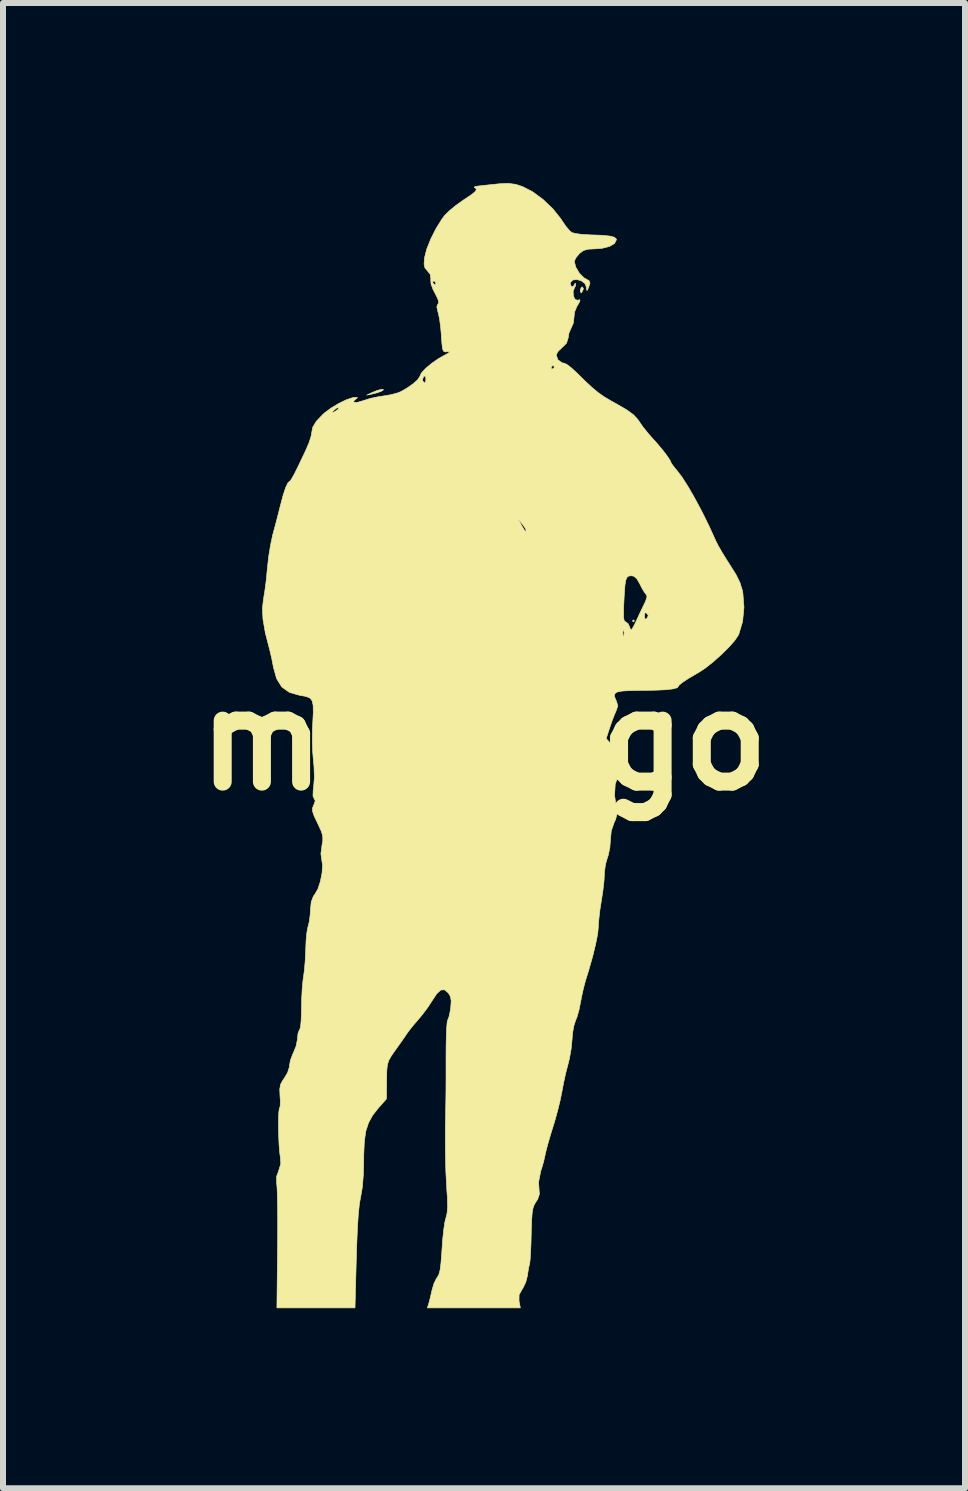
<source format=kicad_pcb>
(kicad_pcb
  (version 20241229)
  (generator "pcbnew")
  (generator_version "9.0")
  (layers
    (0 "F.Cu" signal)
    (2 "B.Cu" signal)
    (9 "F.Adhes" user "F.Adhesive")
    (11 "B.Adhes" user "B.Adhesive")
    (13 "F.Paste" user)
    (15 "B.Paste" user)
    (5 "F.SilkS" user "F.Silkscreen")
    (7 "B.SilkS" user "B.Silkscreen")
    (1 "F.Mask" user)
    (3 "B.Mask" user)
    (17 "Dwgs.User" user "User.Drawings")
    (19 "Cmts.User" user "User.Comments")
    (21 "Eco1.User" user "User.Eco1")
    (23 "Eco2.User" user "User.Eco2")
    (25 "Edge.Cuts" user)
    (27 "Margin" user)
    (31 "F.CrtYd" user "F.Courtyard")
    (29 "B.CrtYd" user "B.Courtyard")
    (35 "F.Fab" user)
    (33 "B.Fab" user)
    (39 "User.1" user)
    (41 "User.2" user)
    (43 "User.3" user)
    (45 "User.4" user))
  (footprint "me_logo"
    (layer "F.Cu")
    (at 5.015 9.284)
    (property "Reference" "me_logo" (at 0 0 0) (layer "F.SilkS") (effects (font (size 1.524 1.524) (thickness 0.3))))
    (attr through_hole)
    (fp_poly (pts (xy 2.507 -1.989) (xy 2.49 -1.972) (xy 2.473 -1.989) (xy 2.49 -2.005) (xy 2.507 -1.989)) (stroke (width 0.01) (type solid)) (fill yes) (layer "F.SilkS"))
    (fp_poly (pts (xy 1.655 -7.529) (xy 1.65 -7.503) (xy 1.626 -7.459) (xy 1.617 -7.453) (xy 1.606 -7.48) (xy 1.604 -7.503) (xy 1.622 -7.548) (xy 1.637 -7.553) (xy 1.655 -7.529)) (stroke (width 0.01) (type solid)) (fill yes) (layer "F.SilkS"))
    (fp_poly (pts (xy -1.682 -5.833) (xy -1.704 -5.819) (xy -1.773 -5.792) (xy -1.855 -5.771) (xy -1.955 -5.751) (xy -1.855 -5.798) (xy -1.78 -5.828) (xy -1.717 -5.845) (xy -1.679 -5.848) (xy -1.682 -5.833)) (stroke (width 0.01) (type solid)) (fill yes) (layer "F.SilkS"))
    (fp_poly (pts (xy 0.529 -9.262) (xy 0.64 -9.226) (xy 0.809 -9.139) (xy 0.985 -9.009) (xy 1.149 -8.852) (xy 1.282 -8.685) (xy 1.299 -8.658) (xy 1.366 -8.561) (xy 1.43 -8.486) (xy 1.464 -8.459) (xy 1.528 -8.442) (xy 1.636 -8.428) (xy 1.765 -8.421) (xy 1.775 -8.42) (xy 1.964 -8.414) (xy 2.094 -8.401) (xy 2.171 -8.381) (xy 2.204 -8.352) (xy 2.206 -8.34) (xy 2.175 -8.278) (xy 2.091 -8.228) (xy 1.969 -8.197) (xy 1.855 -8.188) (xy 1.735 -8.182) (xy 1.656 -8.16) (xy 1.592 -8.112) (xy 1.586 -8.106) (xy 1.53 -8.038) (xy 1.504 -7.981) (xy 1.504 -7.978) (xy 1.529 -7.882) (xy 1.589 -7.781) (xy 1.665 -7.705) (xy 1.687 -7.693) (xy 1.75 -7.657) (xy 1.765 -7.614) (xy 1.739 -7.538) (xy 1.738 -7.536) (xy 1.716 -7.492) (xy 1.708 -7.509) (xy 1.707 -7.546) (xy 1.681 -7.61) (xy 1.621 -7.655) (xy 1.548 -7.676) (xy 1.481 -7.669) (xy 1.441 -7.63) (xy 1.437 -7.604) (xy 1.455 -7.559) (xy 1.471 -7.553) (xy 1.502 -7.579) (xy 1.504 -7.592) (xy 1.517 -7.615) (xy 1.525 -7.61) (xy 1.525 -7.57) (xy 1.507 -7.54) (xy 1.485 -7.481) (xy 1.488 -7.409) (xy 1.512 -7.351) (xy 1.551 -7.331) (xy 1.558 -7.333) (xy 1.597 -7.34) (xy 1.596 -7.312) (xy 1.555 -7.241) (xy 1.547 -7.229) (xy 1.508 -7.134) (xy 1.499 -7.047) (xy 1.488 -6.949) (xy 1.456 -6.878) (xy 1.415 -6.785) (xy 1.404 -6.711) (xy 1.375 -6.617) (xy 1.303 -6.545) (xy 1.237 -6.483) (xy 1.204 -6.425) (xy 1.203 -6.417) (xy 1.231 -6.339) (xy 1.299 -6.289) (xy 1.334 -6.283) (xy 1.382 -6.261) (xy 1.458 -6.202) (xy 1.543 -6.124) (xy 1.689 -5.98) (xy 1.805 -5.873) (xy 1.905 -5.79) (xy 2.006 -5.72) (xy 2.122 -5.651) (xy 2.213 -5.601) (xy 2.376 -5.506) (xy 2.489 -5.424) (xy 2.562 -5.346) (xy 2.579 -5.32) (xy 2.648 -5.22) (xy 2.738 -5.109) (xy 2.778 -5.063) (xy 2.886 -4.943) (xy 2.982 -4.828) (xy 3.056 -4.731) (xy 3.1 -4.663) (xy 3.108 -4.642) (xy 3.129 -4.603) (xy 3.181 -4.534) (xy 3.217 -4.492) (xy 3.301 -4.381) (xy 3.403 -4.221) (xy 3.516 -4.024) (xy 3.633 -3.805) (xy 3.747 -3.574) (xy 3.851 -3.346) (xy 3.86 -3.325) (xy 3.904 -3.238) (xy 3.975 -3.116) (xy 4.059 -2.98) (xy 4.099 -2.919) (xy 4.2 -2.757) (xy 4.265 -2.624) (xy 4.303 -2.501) (xy 4.313 -2.451) (xy 4.331 -2.211) (xy 4.308 -1.977) (xy 4.247 -1.773) (xy 4.235 -1.747) (xy 4.176 -1.66) (xy 4.078 -1.549) (xy 3.953 -1.426) (xy 3.818 -1.306) (xy 3.687 -1.202) (xy 3.584 -1.134) (xy 3.411 -1.033) (xy 3.299 -0.959) (xy 3.246 -0.913) (xy 3.242 -0.903) (xy 3.219 -0.875) (xy 3.146 -0.855) (xy 3.02 -0.841) (xy 2.835 -0.833) (xy 2.634 -0.831) (xy 2.439 -0.828) (xy 2.302 -0.82) (xy 2.217 -0.803) (xy 2.177 -0.773) (xy 2.173 -0.729) (xy 2.198 -0.667) (xy 2.205 -0.654) (xy 2.229 -0.574) (xy 2.206 -0.502) (xy 2.175 -0.431) (xy 2.133 -0.322) (xy 2.101 -0.228) (xy 2.035 -0.028) (xy 2.152 0.101) (xy 2.257 0.25) (xy 2.295 0.393) (xy 2.268 0.532) (xy 2.243 0.579) (xy 2.186 0.73) (xy 2.175 0.92) (xy 2.204 1.116) (xy 2.217 1.224) (xy 2.193 1.319) (xy 2.17 1.366) (xy 2.12 1.511) (xy 2.106 1.663) (xy 2.096 1.793) (xy 2.07 1.916) (xy 2.055 1.96) (xy 2.023 2.072) (xy 2.006 2.202) (xy 2.005 2.235) (xy 1.999 2.343) (xy 1.983 2.488) (xy 1.96 2.643) (xy 1.955 2.674) (xy 1.931 2.826) (xy 1.914 2.974) (xy 1.905 3.09) (xy 1.905 3.108) (xy 1.894 3.224) (xy 1.861 3.391) (xy 1.811 3.598) (xy 1.744 3.833) (xy 1.689 4.011) (xy 1.657 4.131) (xy 1.625 4.277) (xy 1.608 4.367) (xy 1.582 4.495) (xy 1.549 4.611) (xy 1.525 4.671) (xy 1.497 4.757) (xy 1.475 4.88) (xy 1.467 4.983) (xy 1.452 5.14) (xy 1.422 5.308) (xy 1.4 5.397) (xy 1.363 5.538) (xy 1.326 5.706) (xy 1.299 5.849) (xy 1.27 5.994) (xy 1.226 6.173) (xy 1.175 6.357) (xy 1.149 6.44) (xy 1.101 6.596) (xy 1.059 6.742) (xy 1.029 6.858) (xy 1.018 6.908) (xy 0.992 7.025) (xy 0.954 7.152) (xy 0.945 7.177) (xy 0.909 7.362) (xy 0.915 7.455) (xy 0.922 7.564) (xy 0.893 7.65) (xy 0.866 7.691) (xy 0.837 7.739) (xy 0.816 7.797) (xy 0.802 7.876) (xy 0.794 7.991) (xy 0.788 8.154) (xy 0.786 8.232) (xy 0.782 8.4) (xy 0.775 8.547) (xy 0.768 8.658) (xy 0.76 8.719) (xy 0.759 8.723) (xy 0.744 8.787) (xy 0.728 8.884) (xy 0.725 8.914) (xy 0.696 9.029) (xy 0.647 9.131) (xy 0.636 9.147) (xy 0.584 9.24) (xy 0.583 9.341) (xy 0.584 9.349) (xy 0.605 9.458) (xy -0.944 9.458) (xy -0.92 9.383) (xy -0.899 9.303) (xy -0.874 9.195) (xy -0.866 9.16) (xy -0.835 9.054) (xy -0.793 8.968) (xy -0.779 8.95) (xy -0.753 8.904) (xy -0.732 8.827) (xy -0.717 8.708) (xy -0.704 8.536) (xy -0.7 8.479) (xy -0.688 8.309) (xy -0.671 8.153) (xy -0.653 8.03) (xy -0.635 7.959) (xy -0.615 7.879) (xy -0.607 7.768) (xy -0.611 7.614) (xy -0.62 7.491) (xy -0.636 7.189) (xy -0.644 6.834) (xy -0.644 6.438) (xy -0.638 6.116) (xy -0.636 5.996) (xy -0.634 5.827) (xy -0.633 5.626) (xy -0.633 5.413) (xy -0.633 5.284) (xy -0.632 5.092) (xy -0.628 4.922) (xy -0.622 4.787) (xy -0.614 4.697) (xy -0.606 4.665) (xy -0.585 4.613) (xy -0.565 4.52) (xy -0.555 4.458) (xy -0.547 4.343) (xy -0.56 4.268) (xy -0.596 4.21) (xy -0.658 4.158) (xy -0.721 4.162) (xy -0.789 4.225) (xy -0.861 4.334) (xy -0.938 4.453) (xy -1.035 4.581) (xy -1.088 4.644) (xy -1.172 4.742) (xy -1.245 4.833) (xy -1.279 4.879) (xy -1.326 4.949) (xy -1.397 5.05) (xy -1.477 5.163) (xy -1.478 5.164) (xy -1.545 5.26) (xy -1.587 5.334) (xy -1.61 5.407) (xy -1.62 5.499) (xy -1.623 5.632) (xy -1.623 5.67) (xy -1.626 5.976) (xy -1.763 6.131) (xy -1.857 6.251) (xy -1.924 6.373) (xy -1.969 6.511) (xy -1.994 6.681) (xy -2.004 6.895) (xy -2.005 7.006) (xy -2.011 7.245) (xy -2.028 7.448) (xy -2.054 7.601) (xy -2.056 7.609) (xy -2.076 7.722) (xy -2.094 7.891) (xy -2.109 8.119) (xy -2.121 8.41) (xy -2.128 8.63) (xy -2.15 9.458) (xy -3.451 9.458) (xy -3.44 8.464) (xy -3.438 8.209) (xy -3.438 7.971) (xy -3.44 7.762) (xy -3.443 7.589) (xy -3.448 7.462) (xy -3.454 7.39) (xy -3.455 7.381) (xy -3.457 7.268) (xy -3.425 7.185) (xy -3.386 7.055) (xy -3.393 6.956) (xy -3.405 6.865) (xy -3.415 6.74) (xy -3.421 6.596) (xy -3.425 6.448) (xy -3.424 6.313) (xy -3.42 6.205) (xy -3.412 6.142) (xy -3.407 6.132) (xy -3.396 6.093) (xy -3.394 6.008) (xy -3.399 5.931) (xy -3.404 5.815) (xy -3.391 5.736) (xy -3.351 5.663) (xy -3.329 5.633) (xy -3.273 5.538) (xy -3.243 5.444) (xy -3.242 5.424) (xy -3.226 5.333) (xy -3.186 5.227) (xy -3.175 5.205) (xy -3.131 5.095) (xy -3.109 4.983) (xy -3.108 4.965) (xy -3.099 4.882) (xy -3.078 4.832) (xy -3.075 4.829) (xy -3.06 4.789) (xy -3.049 4.695) (xy -3.043 4.564) (xy -3.041 4.464) (xy -3.038 4.297) (xy -3.029 4.133) (xy -3.016 3.998) (xy -3.009 3.948) (xy -2.993 3.832) (xy -2.98 3.678) (xy -2.972 3.516) (xy -2.971 3.484) (xy -2.965 3.341) (xy -2.953 3.214) (xy -2.938 3.125) (xy -2.933 3.108) (xy -2.913 3.028) (xy -2.897 2.912) (xy -2.893 2.833) (xy -2.879 2.694) (xy -2.844 2.601) (xy -2.818 2.565) (xy -2.768 2.479) (xy -2.727 2.353) (xy -2.699 2.213) (xy -2.69 2.084) (xy -2.703 1.998) (xy -2.718 1.891) (xy -2.701 1.757) (xy -2.686 1.669) (xy -2.688 1.596) (xy -2.711 1.517) (xy -2.762 1.407) (xy -2.774 1.381) (xy -2.83 1.264) (xy -2.856 1.188) (xy -2.859 1.134) (xy -2.84 1.085) (xy -2.838 1.081) (xy -2.812 1.01) (xy -2.83 0.975) (xy -2.85 0.929) (xy -2.846 0.828) (xy -2.839 0.773) (xy -2.827 0.621) (xy -2.833 0.439) (xy -2.843 0.338) (xy -2.855 0.192) (xy -2.861 0.008) (xy -2.859 -0.185) (xy -2.854 -0.285) (xy -2.845 -0.46) (xy -2.847 -0.581) (xy -2.864 -0.658) (xy -2.902 -0.704) (xy -2.967 -0.73) (xy -3.065 -0.748) (xy -3.075 -0.749) (xy -3.244 -0.798) (xy -3.37 -0.888) (xy -3.456 -1.026) (xy -3.51 -1.219) (xy -3.513 -1.237) (xy -3.538 -1.367) (xy -3.569 -1.498) (xy -3.575 -1.521) (xy -3.644 -1.788) (xy 2.313 -1.788) (xy 2.316 -1.731) (xy 2.327 -1.726) (xy 2.328 -1.729) (xy 2.335 -1.795) (xy 2.329 -1.829) (xy 2.319 -1.843) (xy 2.313 -1.798) (xy 2.313 -1.788) (xy -3.644 -1.788) (xy -3.644 -1.79) (xy -3.683 -2.013) (xy -3.689 -2.13) (xy 2.324 -2.13) (xy 2.326 -2.036) (xy 2.338 -1.987) (xy 2.359 -1.972) (xy 2.36 -1.972) (xy 2.4 -1.943) (xy 2.427 -1.886) (xy 2.44 -1.846) (xy 2.458 -1.843) (xy 2.486 -1.886) (xy 2.533 -1.98) (xy 2.547 -2.011) (xy 2.576 -2.072) (xy 2.674 -2.072) (xy 2.68 -2.019) (xy 2.706 -2.024) (xy 2.714 -2.032) (xy 2.737 -2.077) (xy 2.714 -2.112) (xy 2.684 -2.129) (xy 2.674 -2.088) (xy 2.674 -2.072) (xy 2.576 -2.072) (xy 2.604 -2.133) (xy 2.657 -2.244) (xy 2.691 -2.314) (xy 2.716 -2.39) (xy 2.704 -2.425) (xy 2.672 -2.465) (xy 2.626 -2.544) (xy 2.602 -2.593) (xy 2.548 -2.688) (xy 2.497 -2.733) (xy 2.453 -2.741) (xy 2.412 -2.736) (xy 2.382 -2.715) (xy 2.362 -2.667) (xy 2.348 -2.582) (xy 2.338 -2.45) (xy 2.329 -2.281) (xy 2.324 -2.13) (xy -3.689 -2.13) (xy -3.692 -2.2) (xy -3.674 -2.356) (xy -3.653 -2.484) (xy -3.631 -2.649) (xy -3.614 -2.822) (xy -3.609 -2.874) (xy -3.589 -3.056) (xy -3.557 -3.252) (xy -3.52 -3.426) (xy -3.511 -3.459) (xy -3.469 -3.614) (xy -3.448 -3.693) (xy 0.563 -3.693) (xy 0.623 -3.584) (xy 0.671 -3.503) (xy 0.695 -3.478) (xy 0.701 -3.501) (xy 0.681 -3.542) (xy 0.634 -3.606) (xy 0.631 -3.609) (xy 0.563 -3.693) (xy -3.448 -3.693) (xy -3.428 -3.773) (xy -3.395 -3.902) (xy -3.393 -3.91) (xy -3.348 -4.081) (xy -3.305 -4.21) (xy -3.268 -4.289) (xy -3.244 -4.311) (xy -3.227 -4.324) (xy -3.199 -4.367) (xy -3.155 -4.447) (xy -3.094 -4.571) (xy -3.011 -4.745) (xy -2.962 -4.849) (xy -2.914 -4.963) (xy -2.882 -5.064) (xy -2.873 -5.117) (xy -2.854 -5.215) (xy -2.795 -5.314) (xy -2.686 -5.428) (xy -2.657 -5.454) (xy -2.65 -5.459) (xy -2.536 -5.459) (xy -2.523 -5.458) (xy -2.479 -5.48) (xy -2.428 -5.516) (xy -2.421 -5.54) (xy -2.456 -5.535) (xy -2.499 -5.5) (xy -2.536 -5.459) (xy -2.65 -5.459) (xy -2.55 -5.534) (xy -2.422 -5.611) (xy -2.294 -5.673) (xy -2.186 -5.709) (xy -2.143 -5.714) (xy -2.107 -5.709) (xy -2.133 -5.686) (xy -2.138 -5.683) (xy -2.176 -5.648) (xy -2.161 -5.63) (xy -2.106 -5.631) (xy -2.022 -5.655) (xy -2.007 -5.66) (xy -1.893 -5.696) (xy -1.754 -5.725) (xy -1.679 -5.736) (xy -1.553 -5.757) (xy -1.438 -5.788) (xy -1.387 -5.808) (xy -1.278 -5.871) (xy -1.178 -5.942) (xy -1.106 -6.006) (xy -1.027 -6.006) (xy -1.021 -5.985) (xy -0.988 -5.951) (xy -0.971 -5.981) (xy -0.969 -6.022) (xy -0.977 -6.071) (xy -1.006 -6.06) (xy -1.006 -6.059) (xy -1.027 -6.006) (xy -1.106 -6.006) (xy -1.104 -6.009) (xy -1.07 -6.059) (xy -1.069 -6.063) (xy -1.043 -6.12) (xy -0.972 -6.196) (xy -0.948 -6.216) (xy 1.12 -6.216) (xy 1.122 -6.186) (xy 1.134 -6.183) (xy 1.168 -6.207) (xy 1.17 -6.216) (xy 1.158 -6.249) (xy 1.155 -6.25) (xy 1.126 -6.226) (xy 1.12 -6.216) (xy -0.948 -6.216) (xy -0.872 -6.28) (xy -0.757 -6.36) (xy -0.684 -6.401) (xy -0.598 -6.448) (xy -0.572 -6.472) (xy -0.604 -6.474) (xy -0.605 -6.474) (xy -0.648 -6.47) (xy -0.674 -6.482) (xy -0.691 -6.522) (xy -0.701 -6.603) (xy -0.711 -6.736) (xy -0.711 -6.748) (xy -0.724 -6.893) (xy -0.742 -7.024) (xy -0.762 -7.117) (xy -0.767 -7.132) (xy -0.787 -7.222) (xy -0.772 -7.262) (xy -0.757 -7.285) (xy -0.758 -7.318) (xy -0.78 -7.375) (xy -0.829 -7.472) (xy -0.85 -7.512) (xy -0.883 -7.601) (xy -0.885 -7.633) (xy -0.857 -7.633) (xy -0.852 -7.62) (xy -0.822 -7.588) (xy -0.817 -7.587) (xy -0.802 -7.612) (xy -0.802 -7.62) (xy -0.828 -7.652) (xy -0.837 -7.653) (xy -0.857 -7.633) (xy -0.885 -7.633) (xy -0.888 -7.677) (xy -0.886 -7.685) (xy -0.896 -7.762) (xy -0.939 -7.816) (xy -0.984 -7.869) (xy -0.999 -7.932) (xy -0.992 -8.032) (xy -0.991 -8.041) (xy -0.955 -8.183) (xy -0.887 -8.353) (xy -0.799 -8.527) (xy -0.701 -8.684) (xy -0.655 -8.746) (xy -0.578 -8.822) (xy -0.467 -8.913) (xy -0.342 -9.002) (xy -0.323 -9.014) (xy -0.206 -9.093) (xy -0.143 -9.146) (xy -0.126 -9.18) (xy -0.137 -9.193) (xy -0.163 -9.213) (xy -0.151 -9.226) (xy -0.091 -9.235) (xy -0.033 -9.241) (xy 0.045 -9.25) (xy 0.161 -9.262) (xy 0.254 -9.272) (xy 0.403 -9.279) (xy 0.529 -9.262)) (stroke (width 0.01) (type solid)) (fill yes) (layer "F.SilkS")))
  (gr_rect
    (start -3 -3)
    (end 13.029 21.748)
    (stroke (width 0.1) (type default))
    (fill no)
    (layer "Edge.Cuts")))
</source>
